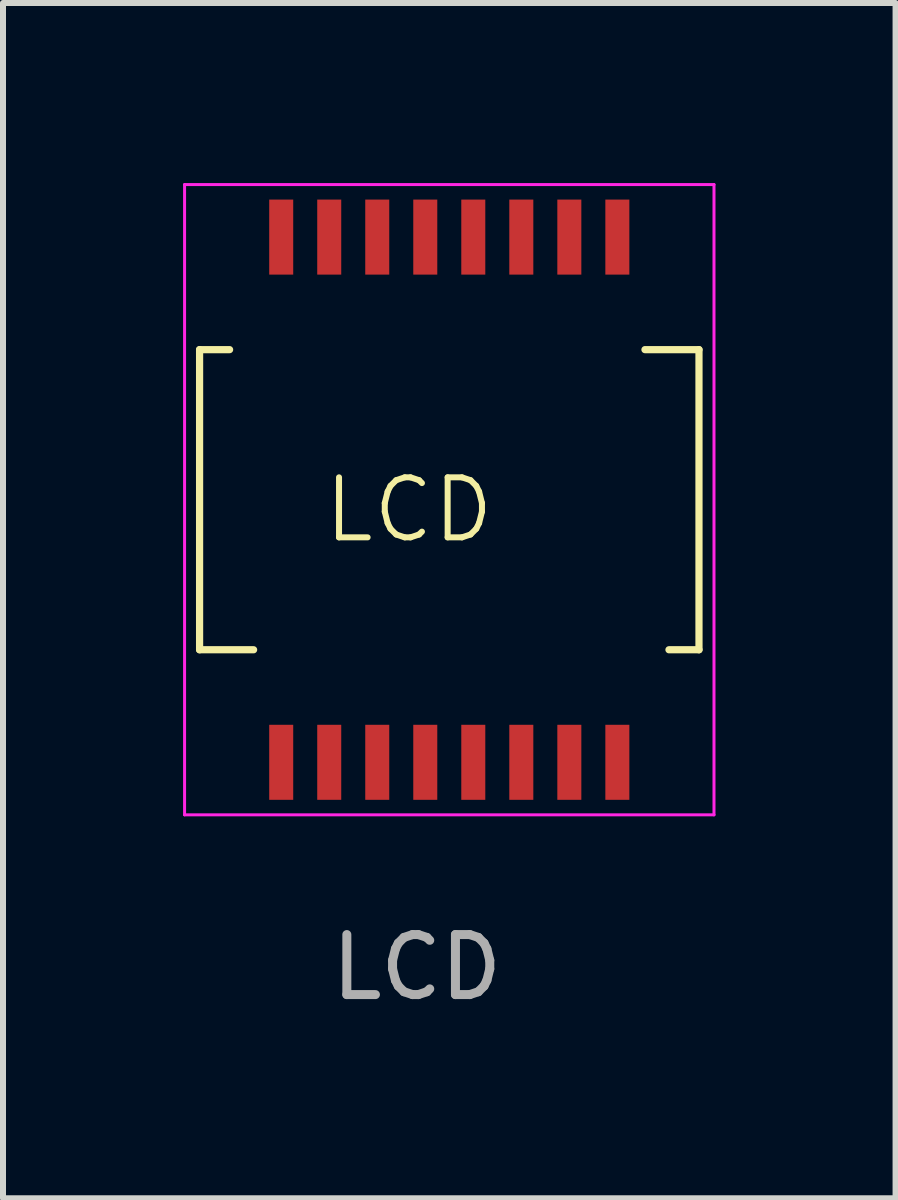
<source format=kicad_pcb>
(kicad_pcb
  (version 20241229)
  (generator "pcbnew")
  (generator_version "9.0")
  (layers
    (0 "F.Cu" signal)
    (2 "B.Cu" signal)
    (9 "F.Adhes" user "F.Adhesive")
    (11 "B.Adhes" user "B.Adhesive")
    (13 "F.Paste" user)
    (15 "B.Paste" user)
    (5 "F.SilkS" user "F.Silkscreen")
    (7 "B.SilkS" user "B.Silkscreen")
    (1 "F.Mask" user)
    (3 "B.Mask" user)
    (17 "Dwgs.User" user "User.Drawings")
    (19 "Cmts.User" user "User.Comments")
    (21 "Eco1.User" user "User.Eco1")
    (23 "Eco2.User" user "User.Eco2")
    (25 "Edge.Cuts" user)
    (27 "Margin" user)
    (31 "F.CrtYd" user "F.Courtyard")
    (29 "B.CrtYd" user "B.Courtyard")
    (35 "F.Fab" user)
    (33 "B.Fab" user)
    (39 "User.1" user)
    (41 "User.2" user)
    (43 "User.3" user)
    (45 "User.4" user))
  (footprint "LCD"
    (layer "F.Cu")
    (at 4.403 5.445)
    (property "Reference" "LCD" (at -0.638 0 0) (unlocked yes) (layer "F.SilkS") (effects (font (size 1 1) (thickness 0.1))))
    (attr smd)
    (fp_line (start -4.128 -2.67) (end -4.128 2.33) (stroke (width 0.12) (type default)) (layer "F.SilkS"))
    (fp_line (start -4.128 2.33) (end -3.228 2.33) (stroke (width 0.12) (type default)) (layer "F.SilkS"))
    (fp_line (start -3.628 -2.67) (end -4.128 -2.67) (stroke (width 0.12) (type default)) (layer "F.SilkS"))
    (fp_line (start 3.292 -2.67) (end 4.192 -2.67) (stroke (width 0.12) (type default)) (layer "F.SilkS"))
    (fp_line (start 4.192 -2.67) (end 4.192 2.33) (stroke (width 0.12) (type default)) (layer "F.SilkS"))
    (fp_line (start 4.192 2.33) (end 3.692 2.33) (stroke (width 0.12) (type default)) (layer "F.SilkS"))
    (fp_line (start -4.378 -5.42) (end 4.442 -5.42) (stroke (width 0.05) (type default)) (layer "F.CrtYd"))
    (fp_line (start -4.378 5.08) (end -4.378 -5.42) (stroke (width 0.05) (type default)) (layer "F.CrtYd"))
    (fp_line (start 4.442 -5.42) (end 4.442 5.08) (stroke (width 0.05) (type default)) (layer "F.CrtYd"))
    (fp_line (start 4.442 5.08) (end -4.378 5.08) (stroke (width 0.05) (type default)) (layer "F.CrtYd"))
    (fp_text user "LCD" (at -0.508 7.62 0) (unlocked yes) (layer "F.Fab") (effects (font (size 1 1) (thickness 0.15))))
    (pad "1" smd rect (at -2.768 4.205) (size 0.4 1.25) (layers "F.Cu" "F.Mask" "F.Paste"))
    (pad "2" smd rect (at -1.968 4.205) (size 0.4 1.25) (layers "F.Cu" "F.Mask" "F.Paste"))
    (pad "3" smd rect (at -1.168 4.205) (size 0.4 1.25) (layers "F.Cu" "F.Mask" "F.Paste"))
    (pad "4" smd rect (at -0.368 4.205) (size 0.4 1.25) (layers "F.Cu" "F.Mask" "F.Paste"))
    (pad "5" smd rect (at 0.432 4.205) (size 0.4 1.25) (layers "F.Cu" "F.Mask" "F.Paste"))
    (pad "6" smd rect (at 1.232 4.205) (size 0.4 1.25) (layers "F.Cu" "F.Mask" "F.Paste"))
    (pad "7" smd rect (at 2.032 4.205) (size 0.4 1.25) (layers "F.Cu" "F.Mask" "F.Paste"))
    (pad "8" smd rect (at 2.832 4.205) (size 0.4 1.25) (layers "F.Cu" "F.Mask" "F.Paste"))
    (pad "9" smd rect (at -2.768 -4.545) (size 0.4 1.25) (layers "F.Cu" "F.Mask" "F.Paste"))
    (pad "10" smd rect (at -1.968 -4.545) (size 0.4 1.25) (layers "F.Cu" "F.Mask" "F.Paste"))
    (pad "11" smd rect (at -1.168 -4.545) (size 0.4 1.25) (layers "F.Cu" "F.Mask" "F.Paste"))
    (pad "12" smd rect (at -0.368 -4.545) (size 0.4 1.25) (layers "F.Cu" "F.Mask" "F.Paste"))
    (pad "13" smd rect (at 0.432 -4.545) (size 0.4 1.25) (layers "F.Cu" "F.Mask" "F.Paste"))
    (pad "14" smd rect (at 1.232 -4.545) (size 0.4 1.25) (layers "F.Cu" "F.Mask" "F.Paste"))
    (pad "15" smd rect (at 2.032 -4.545) (size 0.4 1.25) (layers "F.Cu" "F.Mask" "F.Paste"))
    (pad "16" smd rect (at 2.832 -4.545) (size 0.4 1.25) (layers "F.Cu" "F.Mask" "F.Paste")))
  (gr_rect
    (start -3 -3)
    (end 11.87 16.913)
    (stroke (width 0.1) (type default))
    (fill no)
    (layer "Edge.Cuts")))
</source>
